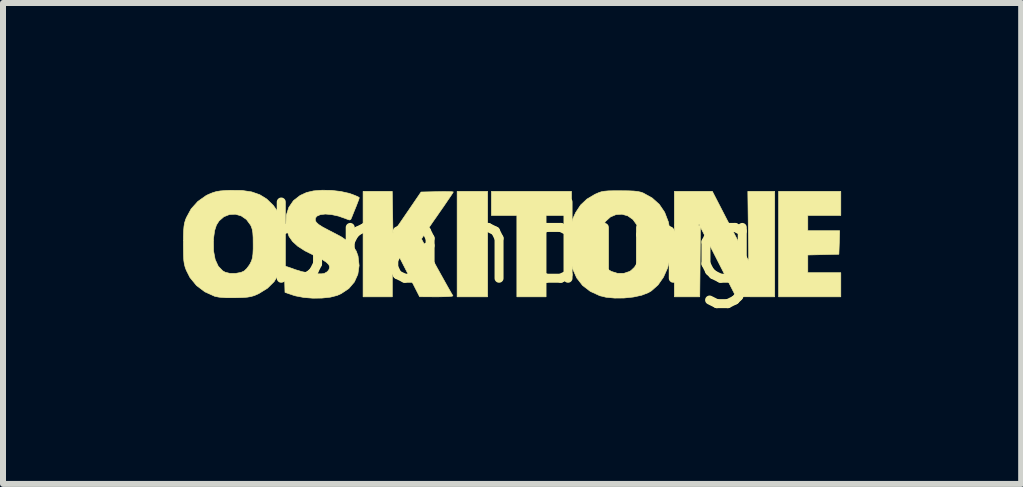
<source format=kicad_pcb>
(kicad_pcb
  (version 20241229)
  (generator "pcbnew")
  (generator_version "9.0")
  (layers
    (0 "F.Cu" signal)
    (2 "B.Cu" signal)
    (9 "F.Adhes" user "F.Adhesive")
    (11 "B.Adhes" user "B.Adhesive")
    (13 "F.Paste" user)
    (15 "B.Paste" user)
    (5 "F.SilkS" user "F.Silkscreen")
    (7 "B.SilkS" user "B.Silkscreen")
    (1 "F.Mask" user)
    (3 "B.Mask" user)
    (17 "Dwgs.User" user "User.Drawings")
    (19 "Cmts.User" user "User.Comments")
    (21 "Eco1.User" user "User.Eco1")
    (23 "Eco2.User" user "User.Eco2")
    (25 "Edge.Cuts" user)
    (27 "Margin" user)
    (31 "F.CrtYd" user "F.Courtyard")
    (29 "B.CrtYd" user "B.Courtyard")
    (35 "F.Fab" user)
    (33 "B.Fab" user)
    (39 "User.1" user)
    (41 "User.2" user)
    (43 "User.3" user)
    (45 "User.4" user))
  (footprint "branding"
    (layer "F.Cu")
    (at 5.476 1.006)
    (property "Reference" "branding" (at 0 0 0) (layer "F.SilkS") (effects (font (size 1.27 1.27) (thickness 0.15))))
    (attr through_hole)
    (fp_poly (pts (xy -0.402 0.889) (xy -0.91 0.889) (xy -0.91 -0.868) (xy -0.402 -0.868) (xy -0.402 0.889)) (stroke (width 0.01) (type solid)) (fill yes) (layer "F.SilkS"))
    (fp_poly (pts (xy 0.995 -0.466) (xy 0.572 -0.466) (xy 0.572 0.889) (xy 0.085 0.889) (xy 0.085 -0.466) (xy -0.339 -0.466) (xy -0.339 -0.868) (xy 0.995 -0.868) (xy 0.995 -0.466)) (stroke (width 0.01) (type solid)) (fill yes) (layer "F.SilkS"))
    (fp_poly (pts (xy 5.482 -0.466) (xy 4.932 -0.466) (xy 4.932 -0.212) (xy 5.463 -0.212) (xy 5.457 -0.016) (xy 5.45 0.18) (xy 5.191 0.186) (xy 4.932 0.192) (xy 4.932 0.487) (xy 5.482 0.487) (xy 5.482 0.889) (xy 4.445 0.889) (xy 4.445 -0.868) (xy 5.482 -0.868) (xy 5.482 -0.466)) (stroke (width 0.01) (type solid)) (fill yes) (layer "F.SilkS"))
    (fp_poly (pts (xy 3.585 -0.397) (xy 3.656 -0.261) (xy 3.723 -0.131) (xy 3.784 -0.014) (xy 3.835 0.083) (xy 3.873 0.154) (xy 3.888 0.182) (xy 3.948 0.291) (xy 3.933 -0.868) (xy 4.381 -0.868) (xy 4.381 0.889) (xy 4.059 0.889) (xy 3.736 0.888) (xy 3.44 0.308) (xy 3.143 -0.273) (xy 3.138 0.308) (xy 3.132 0.889) (xy 2.709 0.889) (xy 2.709 -0.307) (xy 3.111 -0.307) (xy 3.122 -0.296) (xy 3.133 -0.307) (xy 3.122 -0.318) (xy 3.111 -0.307) (xy 2.709 -0.307) (xy 2.709 -0.868) (xy 3.342 -0.868) (xy 3.585 -0.397)) (stroke (width 0.01) (type solid)) (fill yes) (layer "F.SilkS"))
    (fp_poly (pts (xy -1.985 -0.52) (xy -1.979 -0.172) (xy -1.511 -0.857) (xy -1.243 -0.863) (xy -1.141 -0.865) (xy -1.058 -0.864) (xy -0.999 -0.862) (xy -0.974 -0.858) (xy -0.974 -0.858) (xy -0.985 -0.838) (xy -1.018 -0.788) (xy -1.068 -0.715) (xy -1.131 -0.622) (xy -1.206 -0.515) (xy -1.238 -0.468) (xy -1.316 -0.357) (xy -1.384 -0.257) (xy -1.44 -0.174) (xy -1.48 -0.113) (xy -1.501 -0.08) (xy -1.503 -0.075) (xy -1.493 -0.054) (xy -1.466 -0.003) (xy -1.425 0.074) (xy -1.372 0.169) (xy -1.313 0.278) (xy -1.249 0.395) (xy -1.184 0.512) (xy -1.121 0.625) (xy -1.064 0.727) (xy -1.015 0.813) (xy -0.98 0.873) (xy -0.997 0.879) (xy -1.048 0.884) (xy -1.127 0.887) (xy -1.225 0.889) (xy -1.253 0.889) (xy -1.535 0.888) (xy -1.867 0.237) (xy -1.989 0.307) (xy -1.99 0.598) (xy -1.99 0.889) (xy -2.477 0.889) (xy -2.477 -0.868) (xy -1.991 -0.868) (xy -1.985 -0.52)) (stroke (width 0.01) (type solid)) (fill yes) (layer "F.SilkS"))
    (fp_poly (pts (xy 1.939 -0.877) (xy 2.034 -0.873) (xy 2.103 -0.865) (xy 2.156 -0.853) (xy 2.191 -0.84) (xy 2.34 -0.757) (xy 2.458 -0.651) (xy 2.547 -0.52) (xy 2.609 -0.359) (xy 2.647 -0.166) (xy 2.648 -0.161) (xy 2.659 0.039) (xy 2.641 0.23) (xy 2.597 0.406) (xy 2.528 0.561) (xy 2.437 0.691) (xy 2.326 0.79) (xy 2.275 0.82) (xy 2.163 0.863) (xy 2.023 0.893) (xy 1.869 0.909) (xy 1.713 0.91) (xy 1.57 0.896) (xy 1.467 0.871) (xy 1.308 0.798) (xy 1.18 0.7) (xy 1.082 0.574) (xy 1.013 0.419) (xy 0.971 0.234) (xy 0.958 0.09) (xy 0.957 0.01) (xy 1.472 0.01) (xy 1.479 0.161) (xy 1.501 0.277) (xy 1.54 0.364) (xy 1.599 0.428) (xy 1.657 0.465) (xy 1.76 0.498) (xy 1.866 0.498) (xy 1.962 0.467) (xy 1.987 0.451) (xy 2.045 0.396) (xy 2.086 0.328) (xy 2.112 0.237) (xy 2.125 0.118) (xy 2.127 0.011) (xy 2.126 -0.102) (xy 2.12 -0.182) (xy 2.11 -0.241) (xy 2.093 -0.29) (xy 2.085 -0.307) (xy 2.018 -0.4) (xy 1.933 -0.46) (xy 1.837 -0.487) (xy 1.738 -0.481) (xy 1.645 -0.442) (xy 1.565 -0.37) (xy 1.525 -0.307) (xy 1.499 -0.252) (xy 1.483 -0.2) (xy 1.475 -0.137) (xy 1.472 -0.053) (xy 1.472 0.01) (xy 0.957 0.01) (xy 0.957 -0.103) (xy 0.976 -0.268) (xy 1.018 -0.413) (xy 1.064 -0.514) (xy 1.147 -0.64) (xy 1.252 -0.739) (xy 1.388 -0.82) (xy 1.396 -0.823) (xy 1.446 -0.845) (xy 1.492 -0.861) (xy 1.543 -0.87) (xy 1.609 -0.876) (xy 1.699 -0.878) (xy 1.81 -0.878) (xy 1.939 -0.877)) (stroke (width 0.01) (type solid)) (fill yes) (layer "F.SilkS"))
    (fp_poly (pts (xy -3.003 -0.884) (xy -2.849 -0.866) (xy -2.709 -0.835) (xy -2.683 -0.826) (xy -2.613 -0.8) (xy -2.562 -0.778) (xy -2.54 -0.763) (xy -2.54 -0.763) (xy -2.547 -0.737) (xy -2.567 -0.684) (xy -2.594 -0.614) (xy -2.595 -0.612) (xy -2.626 -0.536) (xy -2.653 -0.469) (xy -2.669 -0.428) (xy -2.683 -0.399) (xy -2.703 -0.391) (xy -2.741 -0.403) (xy -2.767 -0.414) (xy -2.887 -0.456) (xy -3.002 -0.481) (xy -3.105 -0.49) (xy -3.189 -0.48) (xy -3.248 -0.454) (xy -3.271 -0.421) (xy -3.274 -0.387) (xy -3.258 -0.354) (xy -3.219 -0.317) (xy -3.152 -0.274) (xy -3.052 -0.221) (xy -2.991 -0.19) (xy -2.84 -0.11) (xy -2.727 -0.033) (xy -2.645 0.045) (xy -2.591 0.127) (xy -2.561 0.21) (xy -2.543 0.368) (xy -2.564 0.513) (xy -2.622 0.642) (xy -2.715 0.751) (xy -2.842 0.836) (xy -2.909 0.866) (xy -3.023 0.895) (xy -3.162 0.91) (xy -3.313 0.912) (xy -3.463 0.9) (xy -3.596 0.875) (xy -3.641 0.862) (xy -3.778 0.815) (xy -3.784 0.598) (xy -3.785 0.506) (xy -3.782 0.434) (xy -3.776 0.39) (xy -3.771 0.381) (xy -3.743 0.388) (xy -3.687 0.407) (xy -3.614 0.433) (xy -3.607 0.436) (xy -3.499 0.469) (xy -3.381 0.493) (xy -3.266 0.506) (xy -3.169 0.506) (xy -3.124 0.5) (xy -3.072 0.47) (xy -3.044 0.433) (xy -3.034 0.392) (xy -3.048 0.353) (xy -3.09 0.312) (xy -3.163 0.265) (xy -3.272 0.21) (xy -3.291 0.201) (xy -3.447 0.122) (xy -3.565 0.046) (xy -3.651 -0.032) (xy -3.71 -0.116) (xy -3.745 -0.213) (xy -3.762 -0.316) (xy -3.757 -0.468) (xy -3.714 -0.601) (xy -3.637 -0.713) (xy -3.525 -0.8) (xy -3.418 -0.849) (xy -3.301 -0.876) (xy -3.158 -0.887) (xy -3.003 -0.884)) (stroke (width 0.01) (type solid)) (fill yes) (layer "F.SilkS"))
    (fp_poly (pts (xy -4.494 -0.883) (xy -4.333 -0.859) (xy -4.198 -0.812) (xy -4.082 -0.74) (xy -3.978 -0.639) (xy -3.972 -0.633) (xy -3.899 -0.53) (xy -3.847 -0.414) (xy -3.813 -0.277) (xy -3.795 -0.109) (xy -3.794 -0.079) (xy -3.795 0.145) (xy -3.823 0.338) (xy -3.877 0.501) (xy -3.959 0.636) (xy -4.07 0.746) (xy -4.212 0.834) (xy -4.231 0.843) (xy -4.288 0.868) (xy -4.343 0.884) (xy -4.406 0.895) (xy -4.488 0.901) (xy -4.602 0.904) (xy -4.604 0.904) (xy -4.76 0.904) (xy -4.876 0.895) (xy -4.947 0.881) (xy -5.113 0.806) (xy -5.252 0.701) (xy -5.361 0.568) (xy -5.423 0.446) (xy -5.442 0.394) (xy -5.455 0.343) (xy -5.464 0.283) (xy -5.468 0.205) (xy -5.47 0.1) (xy -5.471 0.011) (xy -5.47 -0.049) (xy -4.97 -0.049) (xy -4.968 0.125) (xy -4.941 0.268) (xy -4.89 0.379) (xy -4.816 0.456) (xy -4.775 0.479) (xy -4.695 0.499) (xy -4.6 0.499) (xy -4.51 0.482) (xy -4.457 0.458) (xy -4.414 0.417) (xy -4.37 0.357) (xy -4.356 0.333) (xy -4.334 0.286) (xy -4.32 0.238) (xy -4.312 0.176) (xy -4.308 0.09) (xy -4.308 0.011) (xy -4.309 -0.1) (xy -4.314 -0.178) (xy -4.324 -0.236) (xy -4.34 -0.283) (xy -4.352 -0.307) (xy -4.42 -0.399) (xy -4.507 -0.459) (xy -4.604 -0.487) (xy -4.703 -0.482) (xy -4.796 -0.445) (xy -4.876 -0.376) (xy -4.92 -0.307) (xy -4.95 -0.215) (xy -4.968 -0.087) (xy -4.97 -0.049) (xy -5.47 -0.049) (xy -5.47 -0.117) (xy -5.467 -0.212) (xy -5.461 -0.283) (xy -5.452 -0.339) (xy -5.437 -0.389) (xy -5.422 -0.428) (xy -5.342 -0.575) (xy -5.229 -0.701) (xy -5.093 -0.797) (xy -5.055 -0.816) (xy -4.987 -0.844) (xy -4.926 -0.863) (xy -4.856 -0.875) (xy -4.766 -0.882) (xy -4.686 -0.885) (xy -4.494 -0.883)) (stroke (width 0.01) (type solid)) (fill yes) (layer "F.SilkS")))
  (gr_rect
    (start -3 -3)
    (end 13.963 5.012)
    (stroke (width 0.1) (type default))
    (fill no)
    (layer "Edge.Cuts")))
</source>
